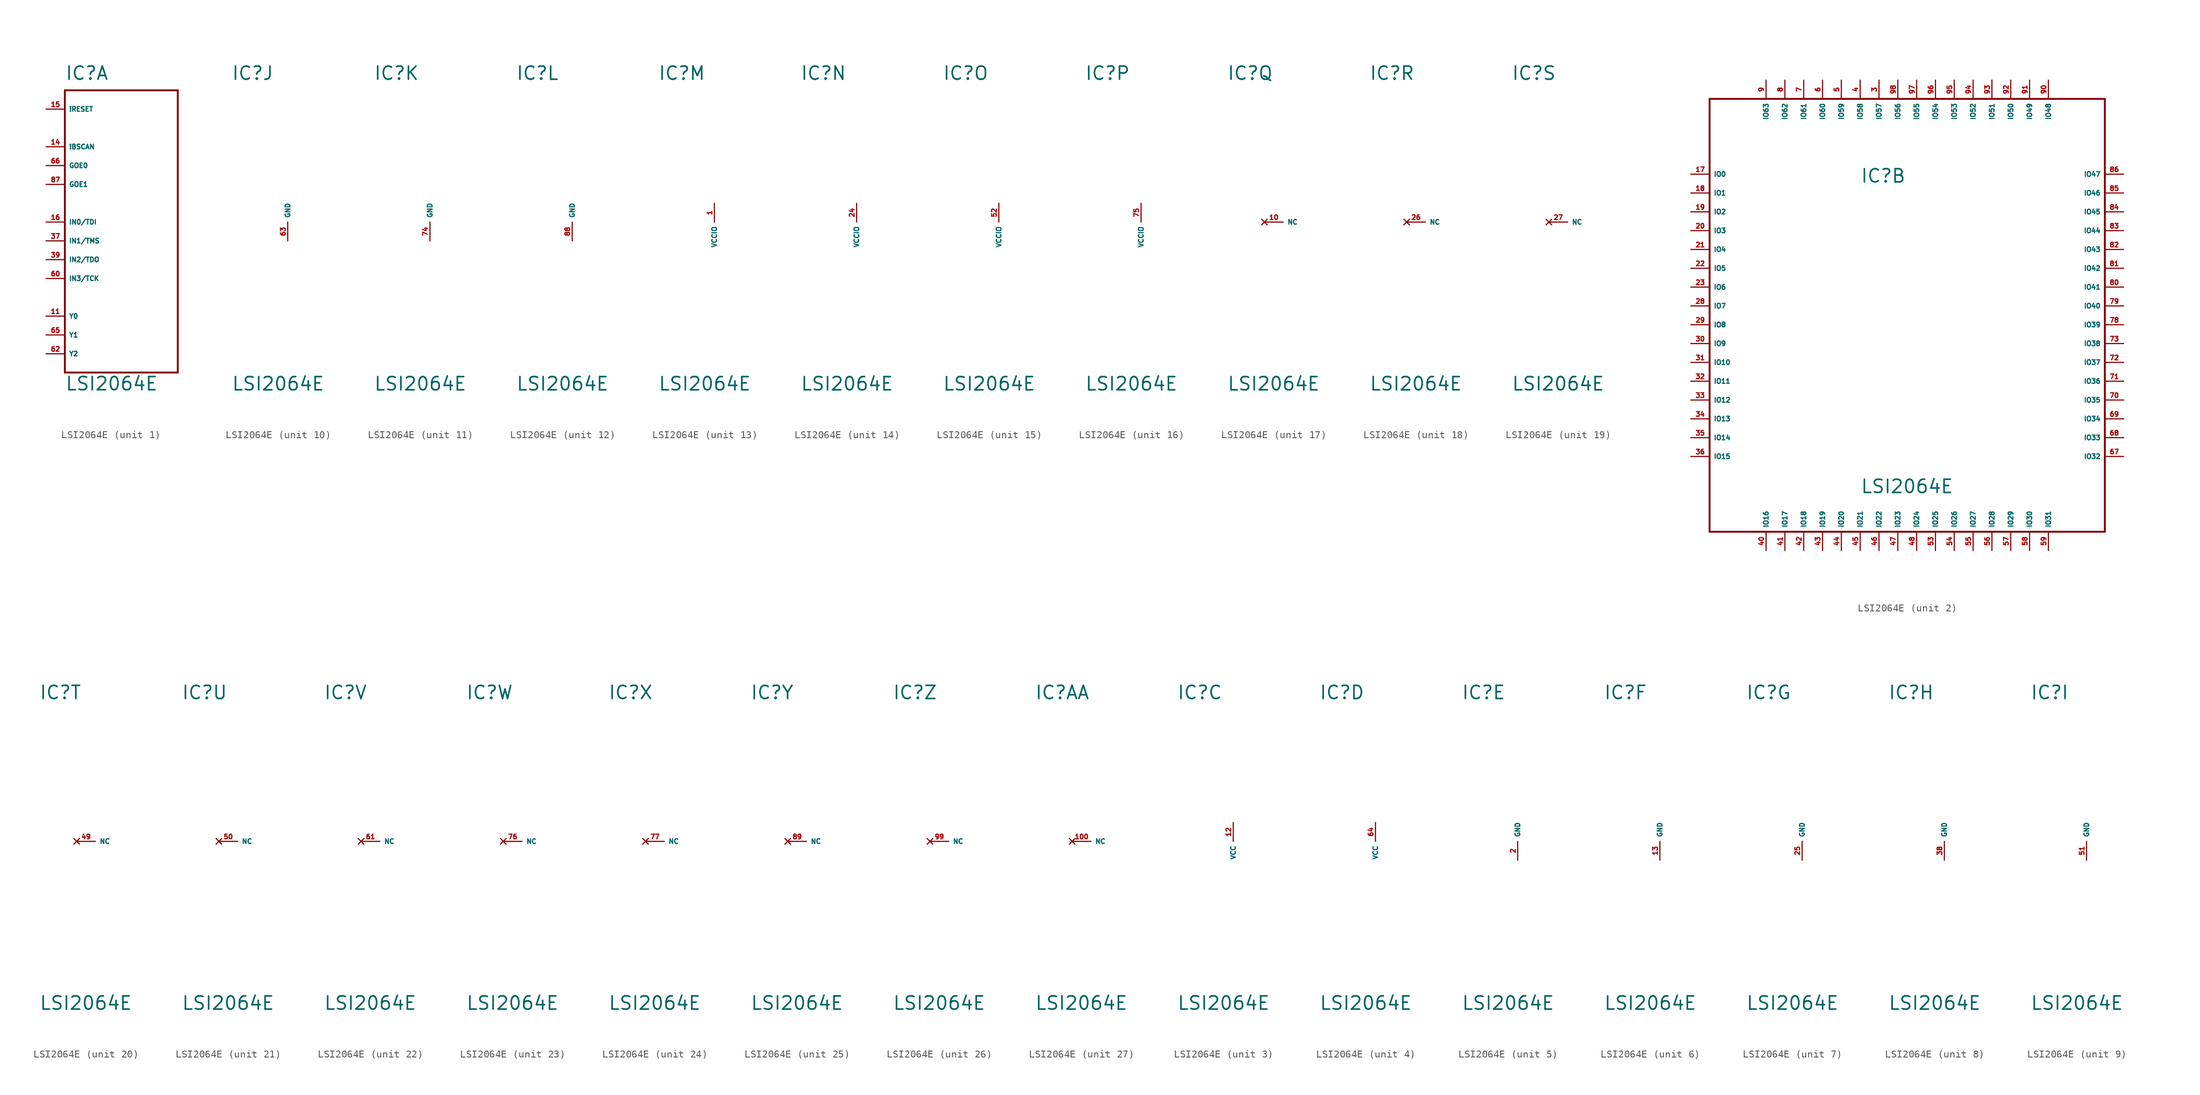
<source format=kicad_sym>
(kicad_symbol_lib
  (version 20220914)
  (generator Eagle2Kicad)
  (symbol "LSI2064E"
    (property "Reference" "IC"
      (at -7.62 19.05 0)
      (effects (font (size 1.778 1.778) (thickness 0.22)) (justify left bottom)))
    (property "Value" "LSI2064E"
      (at -7.62 -22.86 0)
      (effects (font (size 1.778 1.778) (thickness 0.22)) (justify left bottom)))
    (symbol "LSI2064E_1_0"
      (polyline (pts (xy -7.62 17.78) (xy 7.62 17.78)) (stroke (width 0.254) (type default)) (fill (type none)))
      (polyline (pts (xy 7.62 17.78) (xy 7.62 -20.32)) (stroke (width 0.254) (type default)) (fill (type none)))
      (polyline (pts (xy 7.62 -20.32) (xy -7.62 -20.32)) (stroke (width 0.254) (type default)) (fill (type none)))
      (polyline (pts (xy -7.62 -20.32) (xy -7.62 17.78)) (stroke (width 0.254) (type default)) (fill (type none)))
      (pin input line (at -10.16 15.24 0) (length 2.54) (name "!RESET" (effects (font (size 0.635 0.635) (thickness 0.08)) (justify left bottom))) (number "15" (effects (font (size 0.635 0.635) (thickness 0.08)) (justify left bottom))))
      (pin input line (at -10.16 10.16 0) (length 2.54) (name "!BSCAN" (effects (font (size 0.635 0.635) (thickness 0.08)) (justify left bottom))) (number "14" (effects (font (size 0.635 0.635) (thickness 0.08)) (justify left bottom))))
      (pin input line (at -10.16 7.62 0) (length 2.54) (name "GOE0" (effects (font (size 0.635 0.635) (thickness 0.08)) (justify left bottom))) (number "66" (effects (font (size 0.635 0.635) (thickness 0.08)) (justify left bottom))))
      (pin input line (at -10.16 5.08 0) (length 2.54) (name "GOE1" (effects (font (size 0.635 0.635) (thickness 0.08)) (justify left bottom))) (number "87" (effects (font (size 0.635 0.635) (thickness 0.08)) (justify left bottom))))
      (pin input line (at -10.16 -12.7 0) (length 2.54) (name "Y0" (effects (font (size 0.635 0.635) (thickness 0.08)) (justify left bottom))) (number "11" (effects (font (size 0.635 0.635) (thickness 0.08)) (justify left bottom))))
      (pin input line (at -10.16 -15.24 0) (length 2.54) (name "Y1" (effects (font (size 0.635 0.635) (thickness 0.08)) (justify left bottom))) (number "65" (effects (font (size 0.635 0.635) (thickness 0.08)) (justify left bottom))))
      (pin input line (at -10.16 -17.78 0) (length 2.54) (name "Y2" (effects (font (size 0.635 0.635) (thickness 0.08)) (justify left bottom))) (number "62" (effects (font (size 0.635 0.635) (thickness 0.08)) (justify left bottom))))
      (pin input line (at -10.16 -5.08 0) (length 2.54) (name "IN2/TDO" (effects (font (size 0.635 0.635) (thickness 0.08)) (justify left bottom))) (number "39" (effects (font (size 0.635 0.635) (thickness 0.08)) (justify left bottom))))
      (pin input line (at -10.16 -7.62 0) (length 2.54) (name "IN3/TCK" (effects (font (size 0.635 0.635) (thickness 0.08)) (justify left bottom))) (number "60" (effects (font (size 0.635 0.635) (thickness 0.08)) (justify left bottom))))
      (pin input line (at -10.16 0 0) (length 2.54) (name "IN0/TDI" (effects (font (size 0.635 0.635) (thickness 0.08)) (justify left bottom))) (number "16" (effects (font (size 0.635 0.635) (thickness 0.08)) (justify left bottom))))
      (pin input line (at -10.16 -2.54 0) (length 2.54) (name "IN1/TMS" (effects (font (size 0.635 0.635) (thickness 0.08)) (justify left bottom))) (number "37" (effects (font (size 0.635 0.635) (thickness 0.08)) (justify left bottom)))))
    (symbol "LSI2064E_2_0"
      (polyline (pts (xy -27.94 30.48) (xy 25.4 30.48)) (stroke (width 0.254) (type default)) (fill (type none)))
      (polyline (pts (xy 25.4 30.48) (xy 25.4 -27.94)) (stroke (width 0.254) (type default)) (fill (type none)))
      (polyline (pts (xy 25.4 -27.94) (xy -27.94 -27.94)) (stroke (width 0.254) (type default)) (fill (type none)))
      (polyline (pts (xy -27.94 -27.94) (xy -27.94 30.48)) (stroke (width 0.254) (type default)) (fill (type none)))
      (pin bidirectional line (at -30.48 20.32 0) (length 2.54) (name "IO0" (effects (font (size 0.635 0.635) (thickness 0.08)) (justify left bottom))) (number "17" (effects (font (size 0.635 0.635) (thickness 0.08)) (justify left bottom))))
      (pin bidirectional line (at -30.48 17.78 0) (length 2.54) (name "IO1" (effects (font (size 0.635 0.635) (thickness 0.08)) (justify left bottom))) (number "18" (effects (font (size 0.635 0.635) (thickness 0.08)) (justify left bottom))))
      (pin bidirectional line (at -30.48 15.24 0) (length 2.54) (name "IO2" (effects (font (size 0.635 0.635) (thickness 0.08)) (justify left bottom))) (number "19" (effects (font (size 0.635 0.635) (thickness 0.08)) (justify left bottom))))
      (pin bidirectional line (at -30.48 12.7 0) (length 2.54) (name "IO3" (effects (font (size 0.635 0.635) (thickness 0.08)) (justify left bottom))) (number "20" (effects (font (size 0.635 0.635) (thickness 0.08)) (justify left bottom))))
      (pin bidirectional line (at -30.48 10.16 0) (length 2.54) (name "IO4" (effects (font (size 0.635 0.635) (thickness 0.08)) (justify left bottom))) (number "21" (effects (font (size 0.635 0.635) (thickness 0.08)) (justify left bottom))))
      (pin bidirectional line (at -30.48 7.62 0) (length 2.54) (name "IO5" (effects (font (size 0.635 0.635) (thickness 0.08)) (justify left bottom))) (number "22" (effects (font (size 0.635 0.635) (thickness 0.08)) (justify left bottom))))
      (pin bidirectional line (at -30.48 5.08 0) (length 2.54) (name "IO6" (effects (font (size 0.635 0.635) (thickness 0.08)) (justify left bottom))) (number "23" (effects (font (size 0.635 0.635) (thickness 0.08)) (justify left bottom))))
      (pin bidirectional line (at -30.48 2.54 0) (length 2.54) (name "IO7" (effects (font (size 0.635 0.635) (thickness 0.08)) (justify left bottom))) (number "28" (effects (font (size 0.635 0.635) (thickness 0.08)) (justify left bottom))))
      (pin bidirectional line (at -30.48 0 0) (length 2.54) (name "IO8" (effects (font (size 0.635 0.635) (thickness 0.08)) (justify left bottom))) (number "29" (effects (font (size 0.635 0.635) (thickness 0.08)) (justify left bottom))))
      (pin bidirectional line (at -30.48 -2.54 0) (length 2.54) (name "IO9" (effects (font (size 0.635 0.635) (thickness 0.08)) (justify left bottom))) (number "30" (effects (font (size 0.635 0.635) (thickness 0.08)) (justify left bottom))))
      (pin bidirectional line (at -30.48 -5.08 0) (length 2.54) (name "IO10" (effects (font (size 0.635 0.635) (thickness 0.08)) (justify left bottom))) (number "31" (effects (font (size 0.635 0.635) (thickness 0.08)) (justify left bottom))))
      (pin bidirectional line (at -30.48 -7.62 0) (length 2.54) (name "IO11" (effects (font (size 0.635 0.635) (thickness 0.08)) (justify left bottom))) (number "32" (effects (font (size 0.635 0.635) (thickness 0.08)) (justify left bottom))))
      (pin bidirectional line (at -30.48 -10.16 0) (length 2.54) (name "IO12" (effects (font (size 0.635 0.635) (thickness 0.08)) (justify left bottom))) (number "33" (effects (font (size 0.635 0.635) (thickness 0.08)) (justify left bottom))))
      (pin bidirectional line (at -30.48 -12.7 0) (length 2.54) (name "IO13" (effects (font (size 0.635 0.635) (thickness 0.08)) (justify left bottom))) (number "34" (effects (font (size 0.635 0.635) (thickness 0.08)) (justify left bottom))))
      (pin bidirectional line (at -30.48 -15.24 0) (length 2.54) (name "IO14" (effects (font (size 0.635 0.635) (thickness 0.08)) (justify left bottom))) (number "35" (effects (font (size 0.635 0.635) (thickness 0.08)) (justify left bottom))))
      (pin bidirectional line (at -30.48 -17.78 0) (length 2.54) (name "IO15" (effects (font (size 0.635 0.635) (thickness 0.08)) (justify left bottom))) (number "36" (effects (font (size 0.635 0.635) (thickness 0.08)) (justify left bottom))))
      (pin bidirectional line (at -20.32 -30.48 90) (length 2.54) (name "IO16" (effects (font (size 0.635 0.635) (thickness 0.08)) (justify left bottom))) (number "40" (effects (font (size 0.635 0.635) (thickness 0.08)) (justify left bottom))))
      (pin bidirectional line (at -17.78 -30.48 90) (length 2.54) (name "IO17" (effects (font (size 0.635 0.635) (thickness 0.08)) (justify left bottom))) (number "41" (effects (font (size 0.635 0.635) (thickness 0.08)) (justify left bottom))))
      (pin bidirectional line (at -15.24 -30.48 90) (length 2.54) (name "IO18" (effects (font (size 0.635 0.635) (thickness 0.08)) (justify left bottom))) (number "42" (effects (font (size 0.635 0.635) (thickness 0.08)) (justify left bottom))))
      (pin bidirectional line (at -12.7 -30.48 90) (length 2.54) (name "IO19" (effects (font (size 0.635 0.635) (thickness 0.08)) (justify left bottom))) (number "43" (effects (font (size 0.635 0.635) (thickness 0.08)) (justify left bottom))))
      (pin bidirectional line (at -10.16 -30.48 90) (length 2.54) (name "IO20" (effects (font (size 0.635 0.635) (thickness 0.08)) (justify left bottom))) (number "44" (effects (font (size 0.635 0.635) (thickness 0.08)) (justify left bottom))))
      (pin bidirectional line (at -7.62 -30.48 90) (length 2.54) (name "IO21" (effects (font (size 0.635 0.635) (thickness 0.08)) (justify left bottom))) (number "45" (effects (font (size 0.635 0.635) (thickness 0.08)) (justify left bottom))))
      (pin bidirectional line (at -5.08 -30.48 90) (length 2.54) (name "IO22" (effects (font (size 0.635 0.635) (thickness 0.08)) (justify left bottom))) (number "46" (effects (font (size 0.635 0.635) (thickness 0.08)) (justify left bottom))))
      (pin bidirectional line (at -2.54 -30.48 90) (length 2.54) (name "IO23" (effects (font (size 0.635 0.635) (thickness 0.08)) (justify left bottom))) (number "47" (effects (font (size 0.635 0.635) (thickness 0.08)) (justify left bottom))))
      (pin bidirectional line (at 0 -30.48 90) (length 2.54) (name "IO24" (effects (font (size 0.635 0.635) (thickness 0.08)) (justify left bottom))) (number "48" (effects (font (size 0.635 0.635) (thickness 0.08)) (justify left bottom))))
      (pin bidirectional line (at 2.54 -30.48 90) (length 2.54) (name "IO25" (effects (font (size 0.635 0.635) (thickness 0.08)) (justify left bottom))) (number "53" (effects (font (size 0.635 0.635) (thickness 0.08)) (justify left bottom))))
      (pin bidirectional line (at 5.08 -30.48 90) (length 2.54) (name "IO26" (effects (font (size 0.635 0.635) (thickness 0.08)) (justify left bottom))) (number "54" (effects (font (size 0.635 0.635) (thickness 0.08)) (justify left bottom))))
      (pin bidirectional line (at 7.62 -30.48 90) (length 2.54) (name "IO27" (effects (font (size 0.635 0.635) (thickness 0.08)) (justify left bottom))) (number "55" (effects (font (size 0.635 0.635) (thickness 0.08)) (justify left bottom))))
      (pin bidirectional line (at 10.16 -30.48 90) (length 2.54) (name "IO28" (effects (font (size 0.635 0.635) (thickness 0.08)) (justify left bottom))) (number "56" (effects (font (size 0.635 0.635) (thickness 0.08)) (justify left bottom))))
      (pin bidirectional line (at 12.7 -30.48 90) (length 2.54) (name "IO29" (effects (font (size 0.635 0.635) (thickness 0.08)) (justify left bottom))) (number "57" (effects (font (size 0.635 0.635) (thickness 0.08)) (justify left bottom))))
      (pin bidirectional line (at 15.24 -30.48 90) (length 2.54) (name "IO30" (effects (font (size 0.635 0.635) (thickness 0.08)) (justify left bottom))) (number "58" (effects (font (size 0.635 0.635) (thickness 0.08)) (justify left bottom))))
      (pin bidirectional line (at 17.78 -30.48 90) (length 2.54) (name "IO31" (effects (font (size 0.635 0.635) (thickness 0.08)) (justify left bottom))) (number "59" (effects (font (size 0.635 0.635) (thickness 0.08)) (justify left bottom))))
      (pin bidirectional line (at 27.94 -17.78 180) (length 2.54) (name "IO32" (effects (font (size 0.635 0.635) (thickness 0.08)) (justify left bottom))) (number "67" (effects (font (size 0.635 0.635) (thickness 0.08)) (justify left bottom))))
      (pin bidirectional line (at 27.94 -15.24 180) (length 2.54) (name "IO33" (effects (font (size 0.635 0.635) (thickness 0.08)) (justify left bottom))) (number "68" (effects (font (size 0.635 0.635) (thickness 0.08)) (justify left bottom))))
      (pin bidirectional line (at 27.94 -12.7 180) (length 2.54) (name "IO34" (effects (font (size 0.635 0.635) (thickness 0.08)) (justify left bottom))) (number "69" (effects (font (size 0.635 0.635) (thickness 0.08)) (justify left bottom))))
      (pin bidirectional line (at 27.94 -10.16 180) (length 2.54) (name "IO35" (effects (font (size 0.635 0.635) (thickness 0.08)) (justify left bottom))) (number "70" (effects (font (size 0.635 0.635) (thickness 0.08)) (justify left bottom))))
      (pin bidirectional line (at 27.94 -7.62 180) (length 2.54) (name "IO36" (effects (font (size 0.635 0.635) (thickness 0.08)) (justify left bottom))) (number "71" (effects (font (size 0.635 0.635) (thickness 0.08)) (justify left bottom))))
      (pin bidirectional line (at 27.94 -5.08 180) (length 2.54) (name "IO37" (effects (font (size 0.635 0.635) (thickness 0.08)) (justify left bottom))) (number "72" (effects (font (size 0.635 0.635) (thickness 0.08)) (justify left bottom))))
      (pin bidirectional line (at 27.94 -2.54 180) (length 2.54) (name "IO38" (effects (font (size 0.635 0.635) (thickness 0.08)) (justify left bottom))) (number "73" (effects (font (size 0.635 0.635) (thickness 0.08)) (justify left bottom))))
      (pin bidirectional line (at 27.94 0 180) (length 2.54) (name "IO39" (effects (font (size 0.635 0.635) (thickness 0.08)) (justify left bottom))) (number "78" (effects (font (size 0.635 0.635) (thickness 0.08)) (justify left bottom))))
      (pin bidirectional line (at 27.94 2.54 180) (length 2.54) (name "IO40" (effects (font (size 0.635 0.635) (thickness 0.08)) (justify left bottom))) (number "79" (effects (font (size 0.635 0.635) (thickness 0.08)) (justify left bottom))))
      (pin bidirectional line (at 27.94 5.08 180) (length 2.54) (name "IO41" (effects (font (size 0.635 0.635) (thickness 0.08)) (justify left bottom))) (number "80" (effects (font (size 0.635 0.635) (thickness 0.08)) (justify left bottom))))
      (pin bidirectional line (at 27.94 7.62 180) (length 2.54) (name "IO42" (effects (font (size 0.635 0.635) (thickness 0.08)) (justify left bottom))) (number "81" (effects (font (size 0.635 0.635) (thickness 0.08)) (justify left bottom))))
      (pin bidirectional line (at 27.94 10.16 180) (length 2.54) (name "IO43" (effects (font (size 0.635 0.635) (thickness 0.08)) (justify left bottom))) (number "82" (effects (font (size 0.635 0.635) (thickness 0.08)) (justify left bottom))))
      (pin bidirectional line (at 27.94 12.7 180) (length 2.54) (name "IO44" (effects (font (size 0.635 0.635) (thickness 0.08)) (justify left bottom))) (number "83" (effects (font (size 0.635 0.635) (thickness 0.08)) (justify left bottom))))
      (pin bidirectional line (at 27.94 15.24 180) (length 2.54) (name "IO45" (effects (font (size 0.635 0.635) (thickness 0.08)) (justify left bottom))) (number "84" (effects (font (size 0.635 0.635) (thickness 0.08)) (justify left bottom))))
      (pin bidirectional line (at 27.94 17.78 180) (length 2.54) (name "IO46" (effects (font (size 0.635 0.635) (thickness 0.08)) (justify left bottom))) (number "85" (effects (font (size 0.635 0.635) (thickness 0.08)) (justify left bottom))))
      (pin bidirectional line (at 27.94 20.32 180) (length 2.54) (name "IO47" (effects (font (size 0.635 0.635) (thickness 0.08)) (justify left bottom))) (number "86" (effects (font (size 0.635 0.635) (thickness 0.08)) (justify left bottom))))
      (pin bidirectional line (at 17.78 33.02 270) (length 2.54) (name "IO48" (effects (font (size 0.635 0.635) (thickness 0.08)) (justify left bottom))) (number "90" (effects (font (size 0.635 0.635) (thickness 0.08)) (justify left bottom))))
      (pin bidirectional line (at 15.24 33.02 270) (length 2.54) (name "IO49" (effects (font (size 0.635 0.635) (thickness 0.08)) (justify left bottom))) (number "91" (effects (font (size 0.635 0.635) (thickness 0.08)) (justify left bottom))))
      (pin bidirectional line (at 12.7 33.02 270) (length 2.54) (name "IO50" (effects (font (size 0.635 0.635) (thickness 0.08)) (justify left bottom))) (number "92" (effects (font (size 0.635 0.635) (thickness 0.08)) (justify left bottom))))
      (pin bidirectional line (at 10.16 33.02 270) (length 2.54) (name "IO51" (effects (font (size 0.635 0.635) (thickness 0.08)) (justify left bottom))) (number "93" (effects (font (size 0.635 0.635) (thickness 0.08)) (justify left bottom))))
      (pin bidirectional line (at 7.62 33.02 270) (length 2.54) (name "IO52" (effects (font (size 0.635 0.635) (thickness 0.08)) (justify left bottom))) (number "94" (effects (font (size 0.635 0.635) (thickness 0.08)) (justify left bottom))))
      (pin bidirectional line (at 5.08 33.02 270) (length 2.54) (name "IO53" (effects (font (size 0.635 0.635) (thickness 0.08)) (justify left bottom))) (number "95" (effects (font (size 0.635 0.635) (thickness 0.08)) (justify left bottom))))
      (pin bidirectional line (at 2.54 33.02 270) (length 2.54) (name "IO54" (effects (font (size 0.635 0.635) (thickness 0.08)) (justify left bottom))) (number "96" (effects (font (size 0.635 0.635) (thickness 0.08)) (justify left bottom))))
      (pin bidirectional line (at 0 33.02 270) (length 2.54) (name "IO55" (effects (font (size 0.635 0.635) (thickness 0.08)) (justify left bottom))) (number "97" (effects (font (size 0.635 0.635) (thickness 0.08)) (justify left bottom))))
      (pin bidirectional line (at -2.54 33.02 270) (length 2.54) (name "IO56" (effects (font (size 0.635 0.635) (thickness 0.08)) (justify left bottom))) (number "98" (effects (font (size 0.635 0.635) (thickness 0.08)) (justify left bottom))))
      (pin bidirectional line (at -5.08 33.02 270) (length 2.54) (name "IO57" (effects (font (size 0.635 0.635) (thickness 0.08)) (justify left bottom))) (number "3" (effects (font (size 0.635 0.635) (thickness 0.08)) (justify left bottom))))
      (pin bidirectional line (at -7.62 33.02 270) (length 2.54) (name "IO58" (effects (font (size 0.635 0.635) (thickness 0.08)) (justify left bottom))) (number "4" (effects (font (size 0.635 0.635) (thickness 0.08)) (justify left bottom))))
      (pin bidirectional line (at -10.16 33.02 270) (length 2.54) (name "IO59" (effects (font (size 0.635 0.635) (thickness 0.08)) (justify left bottom))) (number "5" (effects (font (size 0.635 0.635) (thickness 0.08)) (justify left bottom))))
      (pin bidirectional line (at -12.7 33.02 270) (length 2.54) (name "IO60" (effects (font (size 0.635 0.635) (thickness 0.08)) (justify left bottom))) (number "6" (effects (font (size 0.635 0.635) (thickness 0.08)) (justify left bottom))))
      (pin bidirectional line (at -15.24 33.02 270) (length 2.54) (name "IO61" (effects (font (size 0.635 0.635) (thickness 0.08)) (justify left bottom))) (number "7" (effects (font (size 0.635 0.635) (thickness 0.08)) (justify left bottom))))
      (pin bidirectional line (at -17.78 33.02 270) (length 2.54) (name "IO62" (effects (font (size 0.635 0.635) (thickness 0.08)) (justify left bottom))) (number "8" (effects (font (size 0.635 0.635) (thickness 0.08)) (justify left bottom))))
      (pin bidirectional line (at -20.32 33.02 270) (length 2.54) (name "IO63" (effects (font (size 0.635 0.635) (thickness 0.08)) (justify left bottom))) (number "9" (effects (font (size 0.635 0.635) (thickness 0.08)) (justify left bottom)))))
    (symbol "LSI2064E_3_0"
      (pin unspecified line (at 0 2.54 270) (length 2.54) (name "VCC" (effects (font (size 0.635 0.635) (thickness 0.08)) (justify left bottom))) (number "12" (effects (font (size 0.635 0.635) (thickness 0.08)) (justify left bottom)))))
    (symbol "LSI2064E_4_0"
      (pin unspecified line (at 0 2.54 270) (length 2.54) (name "VCC" (effects (font (size 0.635 0.635) (thickness 0.08)) (justify left bottom))) (number "64" (effects (font (size 0.635 0.635) (thickness 0.08)) (justify left bottom)))))
    (symbol "LSI2064E_5_0"
      (pin unspecified line (at 0 -2.54 90) (length 2.54) (name "GND" (effects (font (size 0.635 0.635) (thickness 0.08)) (justify left bottom))) (number "2" (effects (font (size 0.635 0.635) (thickness 0.08)) (justify left bottom)))))
    (symbol "LSI2064E_6_0"
      (pin unspecified line (at 0 -2.54 90) (length 2.54) (name "GND" (effects (font (size 0.635 0.635) (thickness 0.08)) (justify left bottom))) (number "13" (effects (font (size 0.635 0.635) (thickness 0.08)) (justify left bottom)))))
    (symbol "LSI2064E_7_0"
      (pin unspecified line (at 0 -2.54 90) (length 2.54) (name "GND" (effects (font (size 0.635 0.635) (thickness 0.08)) (justify left bottom))) (number "25" (effects (font (size 0.635 0.635) (thickness 0.08)) (justify left bottom)))))
    (symbol "LSI2064E_8_0"
      (pin unspecified line (at 0 -2.54 90) (length 2.54) (name "GND" (effects (font (size 0.635 0.635) (thickness 0.08)) (justify left bottom))) (number "38" (effects (font (size 0.635 0.635) (thickness 0.08)) (justify left bottom)))))
    (symbol "LSI2064E_9_0"
      (pin unspecified line (at 0 -2.54 90) (length 2.54) (name "GND" (effects (font (size 0.635 0.635) (thickness 0.08)) (justify left bottom))) (number "51" (effects (font (size 0.635 0.635) (thickness 0.08)) (justify left bottom)))))
    (symbol "LSI2064E_10_0"
      (pin unspecified line (at 0 -2.54 90) (length 2.54) (name "GND" (effects (font (size 0.635 0.635) (thickness 0.08)) (justify left bottom))) (number "63" (effects (font (size 0.635 0.635) (thickness 0.08)) (justify left bottom)))))
    (symbol "LSI2064E_11_0"
      (pin unspecified line (at 0 -2.54 90) (length 2.54) (name "GND" (effects (font (size 0.635 0.635) (thickness 0.08)) (justify left bottom))) (number "74" (effects (font (size 0.635 0.635) (thickness 0.08)) (justify left bottom)))))
    (symbol "LSI2064E_12_0"
      (pin unspecified line (at 0 -2.54 90) (length 2.54) (name "GND" (effects (font (size 0.635 0.635) (thickness 0.08)) (justify left bottom))) (number "88" (effects (font (size 0.635 0.635) (thickness 0.08)) (justify left bottom)))))
    (symbol "LSI2064E_13_0"
      (pin unspecified line (at 0 2.54 270) (length 2.54) (name "VCCIO" (effects (font (size 0.635 0.635) (thickness 0.08)) (justify left bottom))) (number "1" (effects (font (size 0.635 0.635) (thickness 0.08)) (justify left bottom)))))
    (symbol "LSI2064E_14_0"
      (pin unspecified line (at 0 2.54 270) (length 2.54) (name "VCCIO" (effects (font (size 0.635 0.635) (thickness 0.08)) (justify left bottom))) (number "24" (effects (font (size 0.635 0.635) (thickness 0.08)) (justify left bottom)))))
    (symbol "LSI2064E_15_0"
      (pin unspecified line (at 0 2.54 270) (length 2.54) (name "VCCIO" (effects (font (size 0.635 0.635) (thickness 0.08)) (justify left bottom))) (number "52" (effects (font (size 0.635 0.635) (thickness 0.08)) (justify left bottom)))))
    (symbol "LSI2064E_16_0"
      (pin unspecified line (at 0 2.54 270) (length 2.54) (name "VCCIO" (effects (font (size 0.635 0.635) (thickness 0.08)) (justify left bottom))) (number "75" (effects (font (size 0.635 0.635) (thickness 0.08)) (justify left bottom)))))
    (symbol "LSI2064E_17_0"
      (pin no_connect line (at -2.54 0 0) (length 2.54) (name "NC" (effects (font (size 0.635 0.635) (thickness 0.08)) (justify left bottom) hide)) (number "10" (effects (font (size 0.635 0.635) (thickness 0.08)) (justify left bottom) hide))))
    (symbol "LSI2064E_18_0"
      (pin no_connect line (at -2.54 0 0) (length 2.54) (name "NC" (effects (font (size 0.635 0.635) (thickness 0.08)) (justify left bottom) hide)) (number "26" (effects (font (size 0.635 0.635) (thickness 0.08)) (justify left bottom) hide))))
    (symbol "LSI2064E_19_0"
      (pin no_connect line (at -2.54 0 0) (length 2.54) (name "NC" (effects (font (size 0.635 0.635) (thickness 0.08)) (justify left bottom) hide)) (number "27" (effects (font (size 0.635 0.635) (thickness 0.08)) (justify left bottom) hide))))
    (symbol "LSI2064E_20_0"
      (pin no_connect line (at -2.54 0 0) (length 2.54) (name "NC" (effects (font (size 0.635 0.635) (thickness 0.08)) (justify left bottom) hide)) (number "49" (effects (font (size 0.635 0.635) (thickness 0.08)) (justify left bottom) hide))))
    (symbol "LSI2064E_21_0"
      (pin no_connect line (at -2.54 0 0) (length 2.54) (name "NC" (effects (font (size 0.635 0.635) (thickness 0.08)) (justify left bottom) hide)) (number "50" (effects (font (size 0.635 0.635) (thickness 0.08)) (justify left bottom) hide))))
    (symbol "LSI2064E_22_0"
      (pin no_connect line (at -2.54 0 0) (length 2.54) (name "NC" (effects (font (size 0.635 0.635) (thickness 0.08)) (justify left bottom) hide)) (number "61" (effects (font (size 0.635 0.635) (thickness 0.08)) (justify left bottom) hide))))
    (symbol "LSI2064E_23_0"
      (pin no_connect line (at -2.54 0 0) (length 2.54) (name "NC" (effects (font (size 0.635 0.635) (thickness 0.08)) (justify left bottom) hide)) (number "76" (effects (font (size 0.635 0.635) (thickness 0.08)) (justify left bottom) hide))))
    (symbol "LSI2064E_24_0"
      (pin no_connect line (at -2.54 0 0) (length 2.54) (name "NC" (effects (font (size 0.635 0.635) (thickness 0.08)) (justify left bottom) hide)) (number "77" (effects (font (size 0.635 0.635) (thickness 0.08)) (justify left bottom) hide))))
    (symbol "LSI2064E_25_0"
      (pin no_connect line (at -2.54 0 0) (length 2.54) (name "NC" (effects (font (size 0.635 0.635) (thickness 0.08)) (justify left bottom) hide)) (number "89" (effects (font (size 0.635 0.635) (thickness 0.08)) (justify left bottom) hide))))
    (symbol "LSI2064E_26_0"
      (pin no_connect line (at -2.54 0 0) (length 2.54) (name "NC" (effects (font (size 0.635 0.635) (thickness 0.08)) (justify left bottom) hide)) (number "99" (effects (font (size 0.635 0.635) (thickness 0.08)) (justify left bottom) hide))))
    (symbol "LSI2064E_27_0"
      (pin no_connect line (at -2.54 0 0) (length 2.54) (name "NC" (effects (font (size 0.635 0.635) (thickness 0.08)) (justify left bottom) hide)) (number "100" (effects (font (size 0.635 0.635) (thickness 0.08)) (justify left bottom) hide))))))
</source>
